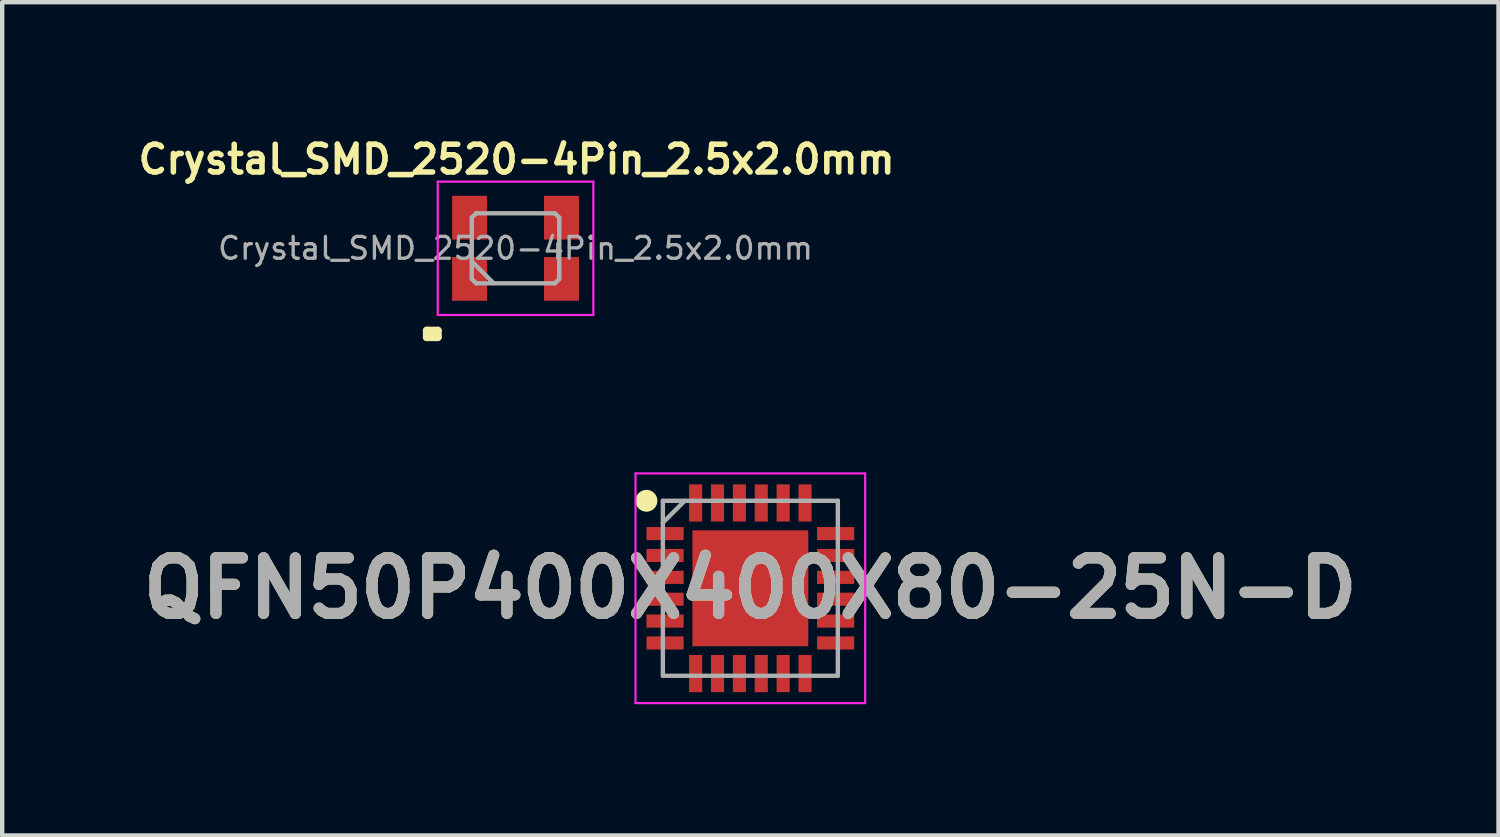
<source format=kicad_pcb>
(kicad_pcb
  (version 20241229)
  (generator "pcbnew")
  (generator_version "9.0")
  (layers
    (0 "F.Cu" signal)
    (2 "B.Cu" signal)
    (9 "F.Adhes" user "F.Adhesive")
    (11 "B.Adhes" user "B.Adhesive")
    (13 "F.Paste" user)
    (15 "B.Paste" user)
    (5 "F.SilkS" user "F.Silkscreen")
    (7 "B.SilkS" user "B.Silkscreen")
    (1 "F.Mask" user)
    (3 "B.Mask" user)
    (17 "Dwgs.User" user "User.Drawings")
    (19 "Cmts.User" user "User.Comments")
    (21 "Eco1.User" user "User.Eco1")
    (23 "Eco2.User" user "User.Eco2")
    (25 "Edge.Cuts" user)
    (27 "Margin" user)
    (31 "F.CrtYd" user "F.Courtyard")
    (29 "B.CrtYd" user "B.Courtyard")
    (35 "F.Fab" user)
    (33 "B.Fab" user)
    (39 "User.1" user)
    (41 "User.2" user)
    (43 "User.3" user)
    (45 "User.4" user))
  (footprint "QFN50P400X400X80-25N-D"
    (layer "F.Cu")
    (at 14.103 10.398)
    (property "Reference" "QFN50P400X400X80-25N-D" (at 0 0 0) (layer "F.SilkS") (effects (font (size 1.27 1.27) (thickness 0.254))))
    (attr smd)
    (fp_circle (center -2.375 -2) (end -2.375 -1.875) (stroke (width 0.25) (type solid)) (fill no) (layer "F.SilkS"))
    (fp_line (start -2.625 -2.625) (end 2.625 -2.625) (stroke (width 0.05) (type solid)) (layer "F.CrtYd"))
    (fp_line (start -2.625 2.625) (end -2.625 -2.625) (stroke (width 0.05) (type solid)) (layer "F.CrtYd"))
    (fp_line (start 2.625 -2.625) (end 2.625 2.625) (stroke (width 0.05) (type solid)) (layer "F.CrtYd"))
    (fp_line (start 2.625 2.625) (end -2.625 2.625) (stroke (width 0.05) (type solid)) (layer "F.CrtYd"))
    (fp_line (start -2 -2) (end 2 -2) (stroke (width 0.1) (type solid)) (layer "F.Fab"))
    (fp_line (start -2 -1.5) (end -1.5 -2) (stroke (width 0.1) (type solid)) (layer "F.Fab"))
    (fp_line (start -2 2) (end -2 -2) (stroke (width 0.1) (type solid)) (layer "F.Fab"))
    (fp_line (start 2 -2) (end 2 2) (stroke (width 0.1) (type solid)) (layer "F.Fab"))
    (fp_line (start 2 2) (end -2 2) (stroke (width 0.1) (type solid)) (layer "F.Fab"))
    (fp_text user "${REFERENCE}" (at 0 0 0) (layer "F.Fab") (effects (font (size 1.27 1.27) (thickness 0.254))))
    (pad "1" smd rect (at -1.95 -1.25 90) (size 0.3 0.85) (layers "F.Cu" "F.Mask" "F.Paste"))
    (pad "2" smd rect (at -1.95 -0.75 90) (size 0.3 0.85) (layers "F.Cu" "F.Mask" "F.Paste"))
    (pad "3" smd rect (at -1.95 -0.25 90) (size 0.3 0.85) (layers "F.Cu" "F.Mask" "F.Paste"))
    (pad "4" smd rect (at -1.95 0.25 90) (size 0.3 0.85) (layers "F.Cu" "F.Mask" "F.Paste"))
    (pad "5" smd rect (at -1.95 0.75 90) (size 0.3 0.85) (layers "F.Cu" "F.Mask" "F.Paste"))
    (pad "6" smd rect (at -1.95 1.25 90) (size 0.3 0.85) (layers "F.Cu" "F.Mask" "F.Paste"))
    (pad "7" smd rect (at -1.25 1.95) (size 0.3 0.85) (layers "F.Cu" "F.Mask" "F.Paste"))
    (pad "8" smd rect (at -0.75 1.95) (size 0.3 0.85) (layers "F.Cu" "F.Mask" "F.Paste"))
    (pad "9" smd rect (at -0.25 1.95) (size 0.3 0.85) (layers "F.Cu" "F.Mask" "F.Paste"))
    (pad "10" smd rect (at 0.25 1.95) (size 0.3 0.85) (layers "F.Cu" "F.Mask" "F.Paste"))
    (pad "11" smd rect (at 0.75 1.95) (size 0.3 0.85) (layers "F.Cu" "F.Mask" "F.Paste"))
    (pad "12" smd rect (at 1.25 1.95) (size 0.3 0.85) (layers "F.Cu" "F.Mask" "F.Paste"))
    (pad "13" smd rect (at 1.95 1.25 90) (size 0.3 0.85) (layers "F.Cu" "F.Mask" "F.Paste"))
    (pad "14" smd rect (at 1.95 0.75 90) (size 0.3 0.85) (layers "F.Cu" "F.Mask" "F.Paste"))
    (pad "15" smd rect (at 1.95 0.25 90) (size 0.3 0.85) (layers "F.Cu" "F.Mask" "F.Paste"))
    (pad "16" smd rect (at 1.95 -0.25 90) (size 0.3 0.85) (layers "F.Cu" "F.Mask" "F.Paste"))
    (pad "17" smd rect (at 1.95 -0.75 90) (size 0.3 0.85) (layers "F.Cu" "F.Mask" "F.Paste"))
    (pad "18" smd rect (at 1.95 -1.25 90) (size 0.3 0.85) (layers "F.Cu" "F.Mask" "F.Paste"))
    (pad "19" smd rect (at 1.25 -1.95) (size 0.3 0.85) (layers "F.Cu" "F.Mask" "F.Paste"))
    (pad "20" smd rect (at 0.75 -1.95) (size 0.3 0.85) (layers "F.Cu" "F.Mask" "F.Paste"))
    (pad "21" smd rect (at 0.25 -1.95) (size 0.3 0.85) (layers "F.Cu" "F.Mask" "F.Paste"))
    (pad "22" smd rect (at -0.25 -1.95) (size 0.3 0.85) (layers "F.Cu" "F.Mask" "F.Paste"))
    (pad "23" smd rect (at -0.75 -1.95) (size 0.3 0.85) (layers "F.Cu" "F.Mask" "F.Paste"))
    (pad "24" smd rect (at -1.25 -1.95) (size 0.3 0.85) (layers "F.Cu" "F.Mask" "F.Paste"))
    (pad "25" smd rect (at 0 0) (size 2.65 2.65) (layers "F.Cu" "F.Mask" "F.Paste")))
  (footprint "Crystal_SMD_2520-4Pin_2.5x2.0mm"
    (layer "F.Cu")
    (at 8.735 2.626)
    (property "Reference" "Crystal_SMD_2520-4Pin_2.5x2.0mm" (at 0.025 -2.032 180) (layer "F.SilkS") (effects (font (size 0.635 0.635) (thickness 0.127))))
    (attr smd)
    (fp_line (start -2.028 1.882) (end -2.028 2.032) (stroke (width 0.18) (type solid)) (layer "F.SilkS"))
    (fp_line (start -2.028 1.882) (end -1.778 1.882) (stroke (width 0.18) (type solid)) (layer "F.SilkS"))
    (fp_line (start -2.028 2.032) (end -1.778 2.032) (stroke (width 0.18) (type solid)) (layer "F.SilkS"))
    (fp_line (start -1.778 1.882) (end -1.778 2.032) (stroke (width 0.18) (type solid)) (layer "F.SilkS"))
    (fp_line (start -1.778 -1.524) (end -1.778 1.524) (stroke (width 0.05) (type solid)) (layer "F.CrtYd"))
    (fp_line (start -1.778 1.524) (end 1.778 1.524) (stroke (width 0.05) (type solid)) (layer "F.CrtYd"))
    (fp_line (start 1.778 -1.524) (end -1.778 -1.524) (stroke (width 0.05) (type solid)) (layer "F.CrtYd"))
    (fp_line (start 1.778 1.524) (end 1.778 -1.524) (stroke (width 0.05) (type solid)) (layer "F.CrtYd"))
    (fp_line (start -1 -0.7) (end -0.9 -0.8) (stroke (width 0.1) (type solid)) (layer "F.Fab"))
    (fp_line (start -1 0.3) (end -0.5 0.8) (stroke (width 0.1) (type solid)) (layer "F.Fab"))
    (fp_line (start -1 0.7) (end -1 -0.7) (stroke (width 0.1) (type solid)) (layer "F.Fab"))
    (fp_line (start -0.9 -0.8) (end 0.9 -0.8) (stroke (width 0.1) (type solid)) (layer "F.Fab"))
    (fp_line (start -0.9 0.8) (end -1 0.7) (stroke (width 0.1) (type solid)) (layer "F.Fab"))
    (fp_line (start 0.9 -0.8) (end 1 -0.7) (stroke (width 0.1) (type solid)) (layer "F.Fab"))
    (fp_line (start 0.9 0.8) (end -0.9 0.8) (stroke (width 0.1) (type solid)) (layer "F.Fab"))
    (fp_line (start 1 -0.7) (end 1 0.7) (stroke (width 0.1) (type solid)) (layer "F.Fab"))
    (fp_line (start 1 0.7) (end 0.9 0.8) (stroke (width 0.1) (type solid)) (layer "F.Fab"))
    (fp_text user "${REFERENCE}" (at 0 0 0) (layer "F.Fab") (effects (font (size 0.5 0.5) (thickness 0.075))))
    (pad "1" smd rect (at -1.05 0.7) (size 0.8 1) (layers "F.Cu" "F.Mask" "F.Paste"))
    (pad "2" smd rect (at 1.05 0.7) (size 0.8 1) (layers "F.Cu" "F.Mask" "F.Paste"))
    (pad "3" smd rect (at 1.05 -0.7) (size 0.8 1) (layers "F.Cu" "F.Mask" "F.Paste"))
    (pad "4" smd rect (at -1.05 -0.7) (size 0.8 1) (layers "F.Cu" "F.Mask" "F.Paste")))
  (gr_rect
    (start -3 -3)
    (end 31.206 16.048)
    (stroke (width 0.1) (type default))
    (fill no)
    (layer "Edge.Cuts")))
</source>
